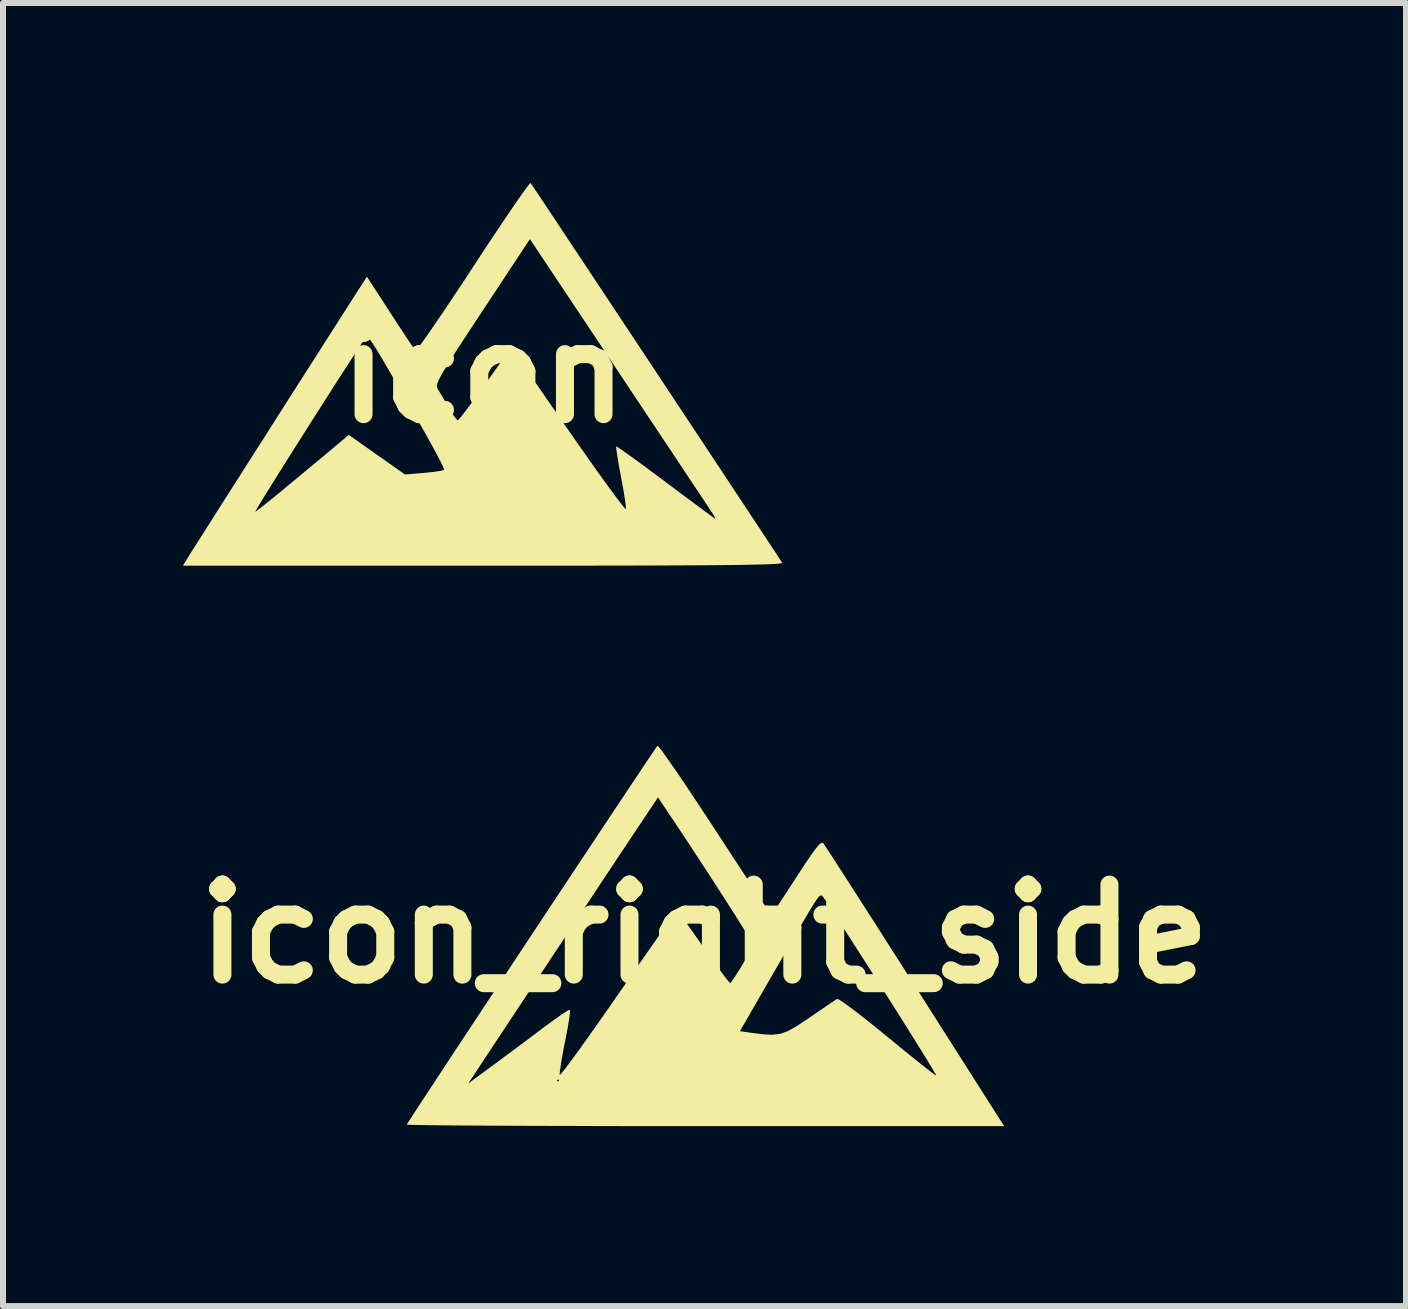
<source format=kicad_pcb>
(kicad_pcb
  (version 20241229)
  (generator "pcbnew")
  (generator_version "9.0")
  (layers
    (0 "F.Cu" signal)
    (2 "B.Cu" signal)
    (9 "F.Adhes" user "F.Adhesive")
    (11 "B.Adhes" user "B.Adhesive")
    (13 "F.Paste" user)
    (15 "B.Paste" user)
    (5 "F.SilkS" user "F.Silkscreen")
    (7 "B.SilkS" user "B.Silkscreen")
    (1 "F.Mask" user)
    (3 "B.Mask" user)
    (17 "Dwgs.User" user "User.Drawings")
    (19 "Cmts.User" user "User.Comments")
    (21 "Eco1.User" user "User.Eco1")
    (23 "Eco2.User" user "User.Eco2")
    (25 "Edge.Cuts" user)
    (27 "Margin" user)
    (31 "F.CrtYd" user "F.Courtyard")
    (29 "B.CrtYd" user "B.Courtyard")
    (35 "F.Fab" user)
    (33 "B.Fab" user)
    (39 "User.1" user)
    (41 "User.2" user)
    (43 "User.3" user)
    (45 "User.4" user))
  (footprint "icon"
    (layer "F.Cu")
    (at 5.01 3.175)
    (property "Reference" "icon" (at 0 0 0) (layer "F.SilkS") (effects (font (size 1.5 1.5) (thickness 0.3))))
    (attr board_only exclude_from_pos_files exclude_from_bom)
    (fp_poly (pts (xy 0.808 -3.14) (xy 0.872 -3.044) (xy 0.972 -2.895) (xy 1.104 -2.696) (xy 1.265 -2.454) (xy 1.45 -2.175) (xy 1.658 -1.862) (xy 1.883 -1.523) (xy 2.123 -1.162) (xy 2.373 -0.784) (xy 2.63 -0.396) (xy 2.891 -0.002) (xy 3.151 0.391) (xy 3.408 0.779) (xy 3.658 1.156) (xy 3.896 1.516) (xy 4.12 1.855) (xy 4.326 2.166) (xy 4.51 2.445) (xy 4.669 2.685) (xy 4.799 2.882) (xy 4.896 3.03) (xy 4.957 3.123) (xy 4.978 3.155) (xy 4.968 3.163) (xy 4.929 3.169) (xy 4.855 3.175) (xy 4.745 3.181) (xy 4.594 3.185) (xy 4.399 3.189) (xy 4.157 3.193) (xy 3.864 3.196) (xy 3.517 3.198) (xy 3.113 3.2) (xy 2.649 3.202) (xy 2.12 3.203) (xy 1.524 3.204) (xy 0.856 3.204) (xy 0.115 3.204) (xy -0.002 3.204) (xy -5.01 3.204) (xy -4.934 3.077) (xy -4.903 3.028) (xy -4.835 2.919) (xy -4.732 2.758) (xy -4.6 2.55) (xy -4.445 2.306) (xy -3.805 2.306) (xy -3.805 2.306) (xy -3.771 2.282) (xy -3.685 2.216) (xy -3.56 2.115) (xy -3.402 1.987) (xy -3.224 1.839) (xy -3.212 1.83) (xy -3.016 1.667) (xy -2.827 1.51) (xy -2.657 1.369) (xy -2.522 1.256) (xy -2.442 1.189) (xy -2.247 1.024) (xy -1.778 1.354) (xy -1.309 1.684) (xy -0.996 1.658) (xy -0.847 1.643) (xy -0.729 1.626) (xy -0.663 1.611) (xy -0.657 1.607) (xy -0.668 1.569) (xy -0.715 1.471) (xy -0.792 1.324) (xy -0.895 1.136) (xy -1.018 0.915) (xy -1.158 0.671) (xy -1.184 0.625) (xy -1.373 0.299) (xy -1.426 0.208) (xy -0.779 0.208) (xy -0.775 0.238) (xy -0.767 0.252) (xy -0.721 0.328) (xy -0.652 0.445) (xy -0.588 0.557) (xy -0.519 0.671) (xy -0.462 0.752) (xy -0.43 0.782) (xy -0.399 0.751) (xy -0.331 0.666) (xy -0.233 0.537) (xy -0.113 0.374) (xy 0.022 0.185) (xy 0.03 0.175) (xy 0.46 -0.432) (xy 1.412 0.941) (xy 1.613 1.23) (xy 1.8 1.495) (xy 1.968 1.731) (xy 2.113 1.931) (xy 2.231 2.09) (xy 2.316 2.2) (xy 2.365 2.257) (xy 2.374 2.262) (xy 2.371 2.204) (xy 2.355 2.087) (xy 2.329 1.926) (xy 2.294 1.739) (xy 2.291 1.719) (xy 2.256 1.534) (xy 2.23 1.379) (xy 2.214 1.268) (xy 2.21 1.217) (xy 2.211 1.216) (xy 2.245 1.234) (xy 2.332 1.294) (xy 2.465 1.389) (xy 2.636 1.513) (xy 2.835 1.66) (xy 3.037 1.811) (xy 3.256 1.975) (xy 3.453 2.122) (xy 3.62 2.246) (xy 3.75 2.342) (xy 3.833 2.403) (xy 3.861 2.422) (xy 3.856 2.396) (xy 3.844 2.374) (xy 3.818 2.334) (xy 3.752 2.234) (xy 3.65 2.08) (xy 3.515 1.878) (xy 3.351 1.631) (xy 3.162 1.346) (xy 2.95 1.028) (xy 2.72 0.683) (xy 2.475 0.315) (xy 2.294 0.042) (xy 0.773 -2.24) (xy -0.023 -1.034) (xy -0.23 -0.72) (xy -0.397 -0.465) (xy -0.529 -0.261) (xy -0.628 -0.102) (xy -0.699 0.017) (xy -0.745 0.104) (xy -0.771 0.166) (xy -0.779 0.208) (xy -1.426 0.208) (xy -1.527 0.035) (xy -1.649 -0.174) (xy -1.743 -0.333) (xy -1.815 -0.45) (xy -1.867 -0.529) (xy -1.903 -0.577) (xy -1.928 -0.6) (xy -1.946 -0.604) (xy -1.96 -0.595) (xy -1.975 -0.58) (xy -2.007 -0.535) (xy -2.074 -0.435) (xy -2.172 -0.286) (xy -2.293 -0.098) (xy -2.435 0.121) (xy -2.59 0.364) (xy -2.755 0.623) (xy -2.924 0.889) (xy -3.092 1.154) (xy -3.254 1.41) (xy -3.404 1.649) (xy -3.538 1.863) (xy -3.65 2.043) (xy -3.735 2.183) (xy -3.789 2.273) (xy -3.805 2.306) (xy -4.445 2.306) (xy -4.443 2.303) (xy -4.265 2.023) (xy -4.07 1.717) (xy -3.863 1.391) (xy -3.646 1.052) (xy -3.426 0.706) (xy -3.206 0.36) (xy -2.989 0.021) (xy -2.781 -0.305) (xy -2.586 -0.611) (xy -2.407 -0.891) (xy -2.249 -1.138) (xy -2.116 -1.345) (xy -2.092 -1.383) (xy -1.944 -1.613) (xy -1.554 -1.012) (xy -1.428 -0.818) (xy -1.316 -0.648) (xy -1.225 -0.51) (xy -1.162 -0.417) (xy -1.135 -0.379) (xy -1.108 -0.404) (xy -1.044 -0.488) (xy -0.946 -0.625) (xy -0.819 -0.809) (xy -0.667 -1.032) (xy -0.496 -1.288) (xy -0.308 -1.571) (xy -0.174 -1.776) (xy 0.021 -2.074) (xy 0.204 -2.35) (xy 0.369 -2.596) (xy 0.513 -2.807) (xy 0.631 -2.977) (xy 0.718 -3.098) (xy 0.77 -3.165) (xy 0.784 -3.175)) (stroke (width 0) (type solid)) (fill yes) (layer "F.SilkS")))
  (footprint "icon_right_side"
    (layer "F.Cu")
    (at 8.693 12.517)
    (property "Reference" "icon_right_side" (at 0 0 0) (layer "F.SilkS") (effects (font (size 1.5 1.5) (thickness 0.3))))
    (attr board_only exclude_from_pos_files exclude_from_bom)
    (fp_poly (pts (xy -0.757 -3.112) (xy -0.693 -3.028) (xy -0.595 -2.89) (xy -0.468 -2.707) (xy -0.317 -2.484) (xy -0.146 -2.227) (xy 0.041 -1.944) (xy 0.175 -1.74) (xy 0.37 -1.441) (xy 0.551 -1.164) (xy 0.715 -0.914) (xy 0.856 -0.699) (xy 0.971 -0.525) (xy 1.055 -0.399) (xy 1.103 -0.327) (xy 1.114 -0.313) (xy 1.137 -0.344) (xy 1.195 -0.431) (xy 1.283 -0.563) (xy 1.392 -0.731) (xy 1.518 -0.924) (xy 1.527 -0.938) (xy 1.673 -1.163) (xy 1.785 -1.327) (xy 1.867 -1.437) (xy 1.923 -1.5) (xy 1.96 -1.521) (xy 1.977 -1.515) (xy 2.005 -1.474) (xy 2.072 -1.373) (xy 2.173 -1.217) (xy 2.306 -1.011) (xy 2.467 -0.761) (xy 2.653 -0.471) (xy 2.86 -0.149) (xy 3.084 0.203) (xy 3.322 0.576) (xy 3.509 0.869) (xy 4.995 3.204) (xy 0.016 3.204) (xy -0.601 3.204) (xy -1.196 3.204) (xy -1.764 3.203) (xy -2.301 3.201) (xy -2.802 3.2) (xy -3.263 3.198) (xy -3.678 3.196) (xy -4.044 3.194) (xy -4.355 3.191) (xy -4.607 3.188) (xy -4.795 3.185) (xy -4.915 3.182) (xy -4.962 3.179) (xy -4.963 3.179) (xy -4.942 3.144) (xy -4.881 3.05) (xy -4.784 2.901) (xy -4.655 2.704) (xy -4.518 2.495) (xy -3.939 2.495) (xy -3.868 2.442) (xy -2.462 2.442) (xy -2.442 2.462) (xy -2.423 2.442) (xy -2.442 2.423) (xy -2.462 2.442) (xy -3.868 2.442) (xy -3.484 2.159) (xy -3.276 2.005) (xy -3.047 1.835) (xy -2.827 1.67) (xy -2.645 1.533) (xy -2.496 1.424) (xy -2.372 1.337) (xy -2.283 1.28) (xy -2.242 1.262) (xy -2.241 1.263) (xy -2.241 1.306) (xy -2.255 1.412) (xy -2.28 1.564) (xy -2.315 1.749) (xy -2.325 1.796) (xy -2.362 1.989) (xy -2.391 2.155) (xy -2.409 2.279) (xy -2.415 2.346) (xy -2.414 2.352) (xy -2.389 2.33) (xy -2.325 2.25) (xy -2.227 2.119) (xy -2.098 1.943) (xy -1.944 1.728) (xy -1.869 1.622) (xy 0.59 1.622) (xy 0.774 1.648) (xy 0.976 1.673) (xy 1.131 1.681) (xy 1.261 1.666) (xy 1.385 1.622) (xy 1.526 1.544) (xy 1.703 1.427) (xy 1.752 1.394) (xy 1.912 1.284) (xy 2.051 1.19) (xy 2.154 1.12) (xy 2.208 1.084) (xy 2.211 1.083) (xy 2.251 1.1) (xy 2.343 1.162) (xy 2.478 1.261) (xy 2.648 1.392) (xy 2.844 1.548) (xy 3.051 1.717) (xy 3.264 1.892) (xy 3.457 2.048) (xy 3.621 2.18) (xy 3.749 2.28) (xy 3.832 2.343) (xy 3.863 2.362) (xy 3.846 2.327) (xy 3.791 2.234) (xy 3.702 2.087) (xy 3.583 1.895) (xy 3.439 1.664) (xy 3.274 1.401) (xy 3.091 1.112) (xy 2.951 0.891) (xy 2.756 0.586) (xy 2.573 0.3) (xy 2.406 0.04) (xy 2.26 -0.186) (xy 2.139 -0.372) (xy 2.048 -0.511) (xy 1.991 -0.596) (xy 1.974 -0.619) (xy 1.96 -0.634) (xy 1.945 -0.642) (xy 1.927 -0.638) (xy 1.901 -0.614) (xy 1.864 -0.564) (xy 1.812 -0.484) (xy 1.74 -0.366) (xy 1.645 -0.206) (xy 1.523 0.004) (xy 1.37 0.269) (xy 1.182 0.596) (xy 1.165 0.625) (xy 0.59 1.622) (xy -1.869 1.622) (xy -1.769 1.481) (xy -1.578 1.208) (xy -1.489 1.079) (xy -1.289 0.792) (xy -1.102 0.522) (xy -0.932 0.277) (xy -0.783 0.065) (xy -0.662 -0.107) (xy -0.573 -0.233) (xy -0.522 -0.305) (xy -0.513 -0.316) (xy -0.489 -0.341) (xy -0.464 -0.349) (xy -0.43 -0.332) (xy -0.382 -0.283) (xy -0.311 -0.194) (xy -0.213 -0.057) (xy -0.079 0.133) (xy -0.023 0.212) (xy 0.111 0.402) (xy 0.23 0.568) (xy 0.328 0.699) (xy 0.396 0.787) (xy 0.428 0.821) (xy 0.428 0.821) (xy 0.455 0.79) (xy 0.51 0.709) (xy 0.582 0.596) (xy 0.659 0.469) (xy 0.732 0.345) (xy 0.788 0.244) (xy 0.813 0.191) (xy 0.796 0.152) (xy 0.74 0.056) (xy 0.651 -0.089) (xy 0.534 -0.276) (xy 0.394 -0.496) (xy 0.236 -0.742) (xy 0.065 -1.006) (xy -0.114 -1.28) (xy -0.295 -1.557) (xy -0.475 -1.827) (xy -0.596 -2.008) (xy -0.775 -2.275) (xy -1.137 -1.734) (xy -1.228 -1.597) (xy -1.357 -1.403) (xy -1.518 -1.161) (xy -1.706 -0.878) (xy -1.914 -0.563) (xy -2.139 -0.225) (xy -2.373 0.129) (xy -2.612 0.489) (xy -2.719 0.651) (xy -3.939 2.495) (xy -4.518 2.495) (xy -4.497 2.463) (xy -4.314 2.185) (xy -4.109 1.873) (xy -3.885 1.535) (xy -3.648 1.175) (xy -3.399 0.799) (xy -3.143 0.411) (xy -2.884 0.019) (xy -2.624 -0.374) (xy -2.367 -0.761) (xy -2.118 -1.137) (xy -1.879 -1.497) (xy -1.655 -1.835) (xy -1.448 -2.146) (xy -1.263 -2.424) (xy -1.102 -2.665) (xy -0.971 -2.862) (xy -0.871 -3.01) (xy -0.807 -3.104) (xy -0.783 -3.137)) (stroke (width 0) (type solid)) (fill yes) (layer "F.SilkS")))
  (gr_rect
    (start -3 -3)
    (end 20.386 18.721)
    (stroke (width 0.1) (type default))
    (fill no)
    (layer "Edge.Cuts")))
</source>
